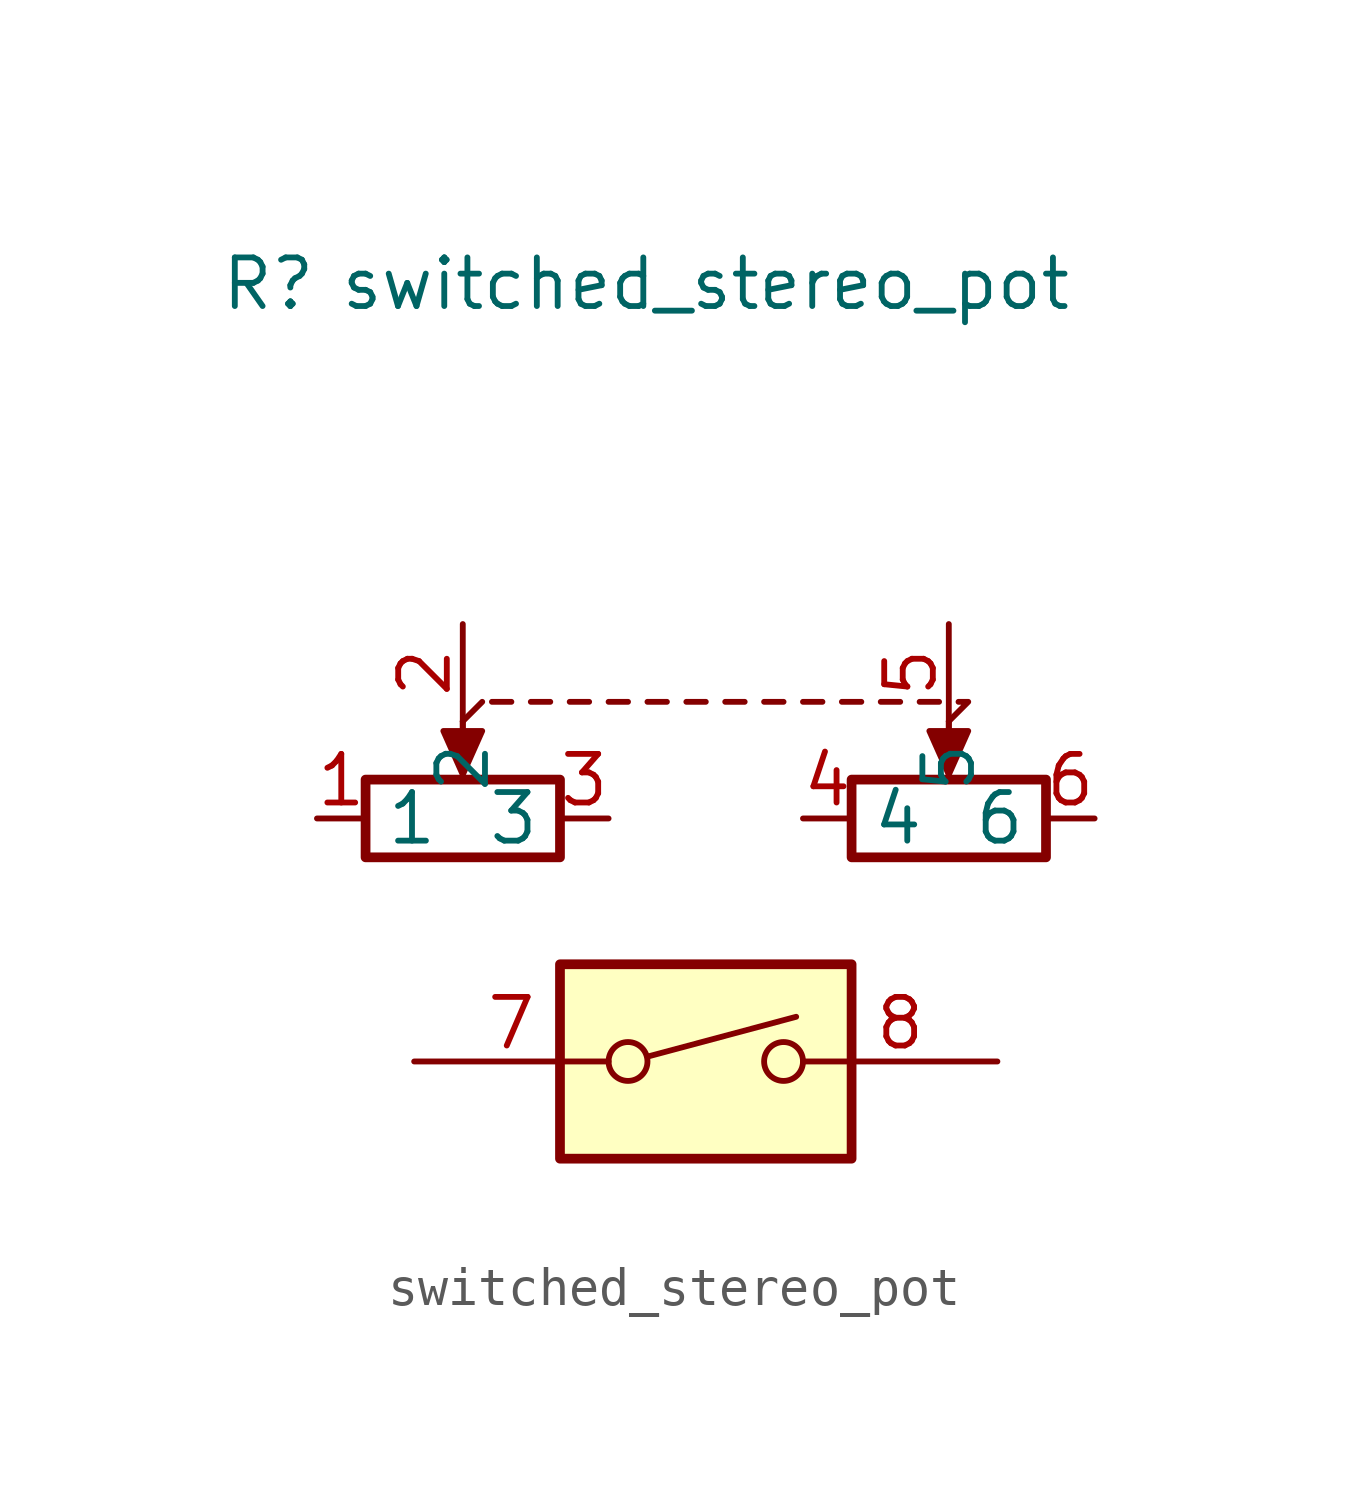
<source format=kicad_sym>
(kicad_symbol_lib
  (version 20211014)
  (generator kicad_symbol_editor)
  (symbol "switched_stereo_pot"
    (property "Reference" "R"
      (at -6.35 10.16 0)
      (effects (font (size 1.27 1.27))))
    (property "Value" "switched_stereo_pot"
      (at 5.08 10.16 0)
      (effects (font (size 1.27 1.27))))
    (symbol "switched_stereo_pot_0_0"
      (polyline (pts (xy 3.556 -10.033) (xy 7.442 -8.992)) (stroke (width 0) (type default) (color 0 0 0 0)) (fill (type none)))
      (circle (center 3.048 -10.16) (radius 0.508) (stroke (width 0) (type default) (color 0 0 0 0)) (fill (type none)))
      (circle (center 7.112 -10.16) (radius 0.508) (stroke (width 0) (type default) (color 0 0 0 0)) (fill (type none))))
    (symbol "switched_stereo_pot_0_1"
      (rectangle (start -3.81 -2.794) (end 1.27 -4.826) (stroke (width 0.254) (type default) (color 0 0 0 0)) (fill (type none)))
      (polyline (pts (xy -1.27 -1.27) (xy -1.27 -2.286)) (stroke (width 0) (type default) (color 0 0 0 0)) (fill (type none)))
      (polyline (pts (xy -1.27 -1.27) (xy -1.27 -2.286)) (stroke (width 0) (type default) (color 0 0 0 0)) (fill (type none)))
      (polyline (pts (xy -1.27 -1.27) (xy -0.762 -0.762)) (stroke (width 0) (type default) (color 0 0 0 0)) (fill (type none)))
      (polyline (pts (xy -0.508 -0.762) (xy 0 -0.762)) (stroke (width 0) (type default) (color 0 0 0 0)) (fill (type none)))
      (polyline (pts (xy 0.508 -0.762) (xy 1.016 -0.762)) (stroke (width 0) (type default) (color 0 0 0 0)) (fill (type none)))
      (polyline (pts (xy 1.524 -0.762) (xy 2.032 -0.762)) (stroke (width 0) (type default) (color 0 0 0 0)) (fill (type none)))
      (polyline (pts (xy 2.54 -0.762) (xy 3.048 -0.762)) (stroke (width 0) (type default) (color 0 0 0 0)) (fill (type none)))
      (polyline (pts (xy 3.556 -0.762) (xy 4.064 -0.762)) (stroke (width 0) (type default) (color 0 0 0 0)) (fill (type none)))
      (polyline (pts (xy 4.572 -0.762) (xy 5.08 -0.762)) (stroke (width 0) (type default) (color 0 0 0 0)) (fill (type none)))
      (polyline (pts (xy 5.588 -0.762) (xy 6.096 -0.762)) (stroke (width 0) (type default) (color 0 0 0 0)) (fill (type none)))
      (polyline (pts (xy 6.604 -0.762) (xy 7.112 -0.762)) (stroke (width 0) (type default) (color 0 0 0 0)) (fill (type none)))
      (polyline (pts (xy 7.62 -0.762) (xy 8.128 -0.762)) (stroke (width 0) (type default) (color 0 0 0 0)) (fill (type none)))
      (polyline (pts (xy 8.636 -0.762) (xy 9.144 -0.762)) (stroke (width 0) (type default) (color 0 0 0 0)) (fill (type none)))
      (polyline (pts (xy 9.652 -0.762) (xy 10.16 -0.762)) (stroke (width 0) (type default) (color 0 0 0 0)) (fill (type none)))
      (polyline (pts (xy 10.668 -0.762) (xy 11.176 -0.762)) (stroke (width 0) (type default) (color 0 0 0 0)) (fill (type none)))
      (polyline (pts (xy 11.43 -1.27) (xy 11.43 -2.286)) (stroke (width 0) (type default) (color 0 0 0 0)) (fill (type none)))
      (polyline (pts (xy 11.43 -1.27) (xy 11.43 -2.286)) (stroke (width 0) (type default) (color 0 0 0 0)) (fill (type none)))
      (polyline (pts (xy 11.684 -0.762) (xy 11.938 -0.762) (xy 11.43 -1.27)) (stroke (width 0) (type default) (color 0 0 0 0)) (fill (type none)))
      (polyline (pts (xy -1.27 -2.667) (xy -1.778 -1.524) (xy -0.762 -1.524) (xy -1.27 -2.667)) (stroke (width 0) (type default) (color 0 0 0 0)) (fill (type outline)))
      (polyline (pts (xy 11.43 -2.667) (xy 10.922 -1.524) (xy 11.938 -1.524) (xy 11.43 -2.667)) (stroke (width 0) (type default) (color 0 0 0 0)) (fill (type outline)))
      (rectangle (start 1.27 -7.62) (end 8.89 -12.7) (stroke (width 0.254) (type default) (color 0 0 0 0)) (fill (type background)))
      (rectangle (start 8.89 -2.794) (end 13.97 -4.826) (stroke (width 0.254) (type default) (color 0 0 0 0)) (fill (type none))))
    (symbol "switched_stereo_pot_1_1"
      (pin passive line (at -5.08 -3.81 0) (length 1.27) (name "1" (effects (font (size 1.27 1.27)))) (number "1" (effects (font (size 1.27 1.27)))))
      (pin passive line (at -1.27 1.27 270) (length 2.54) (name "2" (effects (font (size 1.27 1.27)))) (number "2" (effects (font (size 1.27 1.27)))))
      (pin passive line (at 2.54 -3.81 180) (length 1.27) (name "3" (effects (font (size 1.27 1.27)))) (number "3" (effects (font (size 1.27 1.27)))))
      (pin passive line (at 7.62 -3.81 0) (length 1.27) (name "4" (effects (font (size 1.27 1.27)))) (number "4" (effects (font (size 1.27 1.27)))))
      (pin passive line (at 11.43 1.27 270) (length 2.54) (name "5" (effects (font (size 1.27 1.27)))) (number "5" (effects (font (size 1.27 1.27)))))
      (pin passive line (at 15.24 -3.81 180) (length 1.27) (name "6" (effects (font (size 1.27 1.27)))) (number "6" (effects (font (size 1.27 1.27)))))
      (pin passive line (at -2.54 -10.16 0) (length 5.08) (name "~" (effects (font (size 1.27 1.27)))) (number "7" (effects (font (size 1.27 1.27)))))
      (pin passive line (at 12.7 -10.16 180) (length 5.08) (name "~" (effects (font (size 1.27 1.27)))) (number "8" (effects (font (size 1.27 1.27))))))))
</source>
